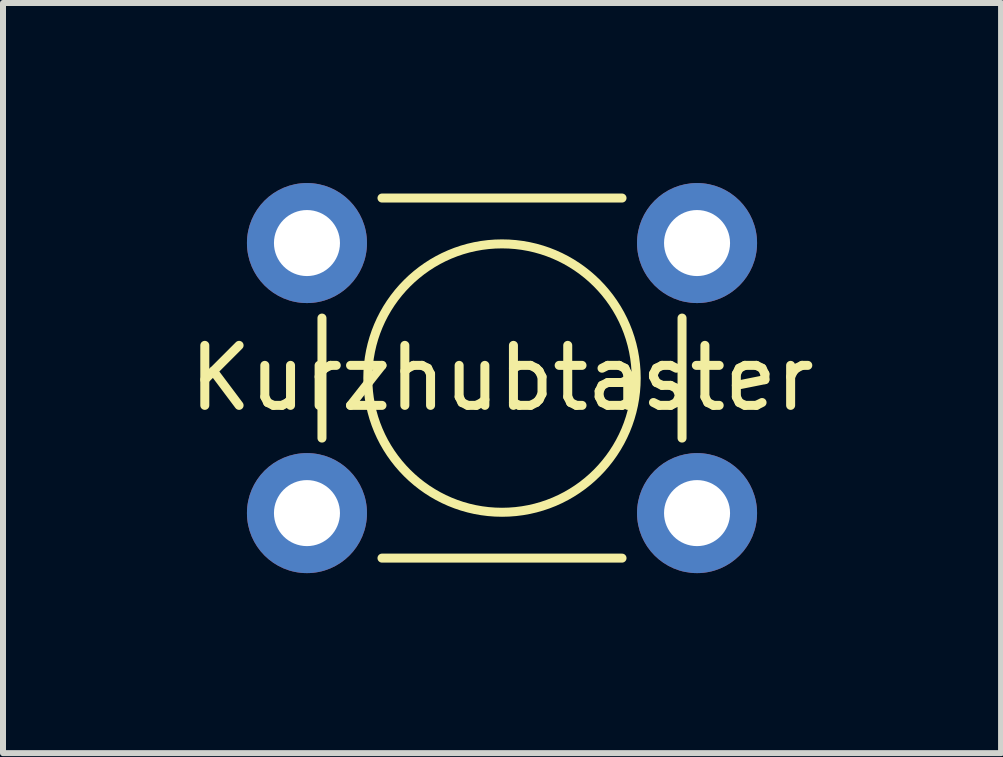
<source format=kicad_pcb>
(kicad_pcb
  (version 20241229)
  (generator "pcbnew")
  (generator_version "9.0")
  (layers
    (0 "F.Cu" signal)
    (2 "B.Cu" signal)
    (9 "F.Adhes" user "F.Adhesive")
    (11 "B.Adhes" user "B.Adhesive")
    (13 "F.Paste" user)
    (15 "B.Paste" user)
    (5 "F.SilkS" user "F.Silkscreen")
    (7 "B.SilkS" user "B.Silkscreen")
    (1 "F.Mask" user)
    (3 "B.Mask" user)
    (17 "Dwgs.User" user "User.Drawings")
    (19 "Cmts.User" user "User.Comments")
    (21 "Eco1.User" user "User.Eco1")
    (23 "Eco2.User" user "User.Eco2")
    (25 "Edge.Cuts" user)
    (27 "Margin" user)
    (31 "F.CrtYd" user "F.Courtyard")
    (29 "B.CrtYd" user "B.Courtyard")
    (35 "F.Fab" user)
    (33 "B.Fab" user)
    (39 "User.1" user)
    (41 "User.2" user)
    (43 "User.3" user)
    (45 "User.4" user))
  (footprint "Kurzhubtaster"
    (layer "F.Cu")
    (at 5.315 3.25)
    (property "Reference" "Kurzhubtaster" (at 0 0 0) (layer "F.SilkS") (effects (font (size 1 1) (thickness 0.15))))
    (attr through_hole)
    (fp_line (start -3 -1) (end -3 1) (stroke (width 0.15) (type solid)) (layer "F.SilkS"))
    (fp_line (start -2 -3) (end 2 -3) (stroke (width 0.15) (type solid)) (layer "F.SilkS"))
    (fp_line (start -2 3) (end 2 3) (stroke (width 0.15) (type solid)) (layer "F.SilkS"))
    (fp_line (start 3 -1) (end 3 1) (stroke (width 0.15) (type solid)) (layer "F.SilkS"))
    (fp_circle (center 0 0) (end 2 1) (stroke (width 0.15) (type solid)) (fill no) (layer "F.SilkS"))
    (pad "1" thru_hole circle (at -3.25 -2.25) (size 2 2) (drill 1.1) (layers "*.Cu" "*.Mask"))
    (pad "1" thru_hole circle (at 3.25 -2.25) (size 2 2) (drill 1.1) (layers "*.Cu" "*.Mask"))
    (pad "2" thru_hole circle (at -3.25 2.25) (size 2 2) (drill 1.1) (layers "*.Cu" "*.Mask"))
    (pad "2" thru_hole circle (at 3.25 2.25) (size 2 2) (drill 1.1) (layers "*.Cu" "*.Mask")))
  (gr_rect
    (start -3 -3)
    (end 13.631 9.5)
    (stroke (width 0.1) (type default))
    (fill no)
    (layer "Edge.Cuts")))
</source>
